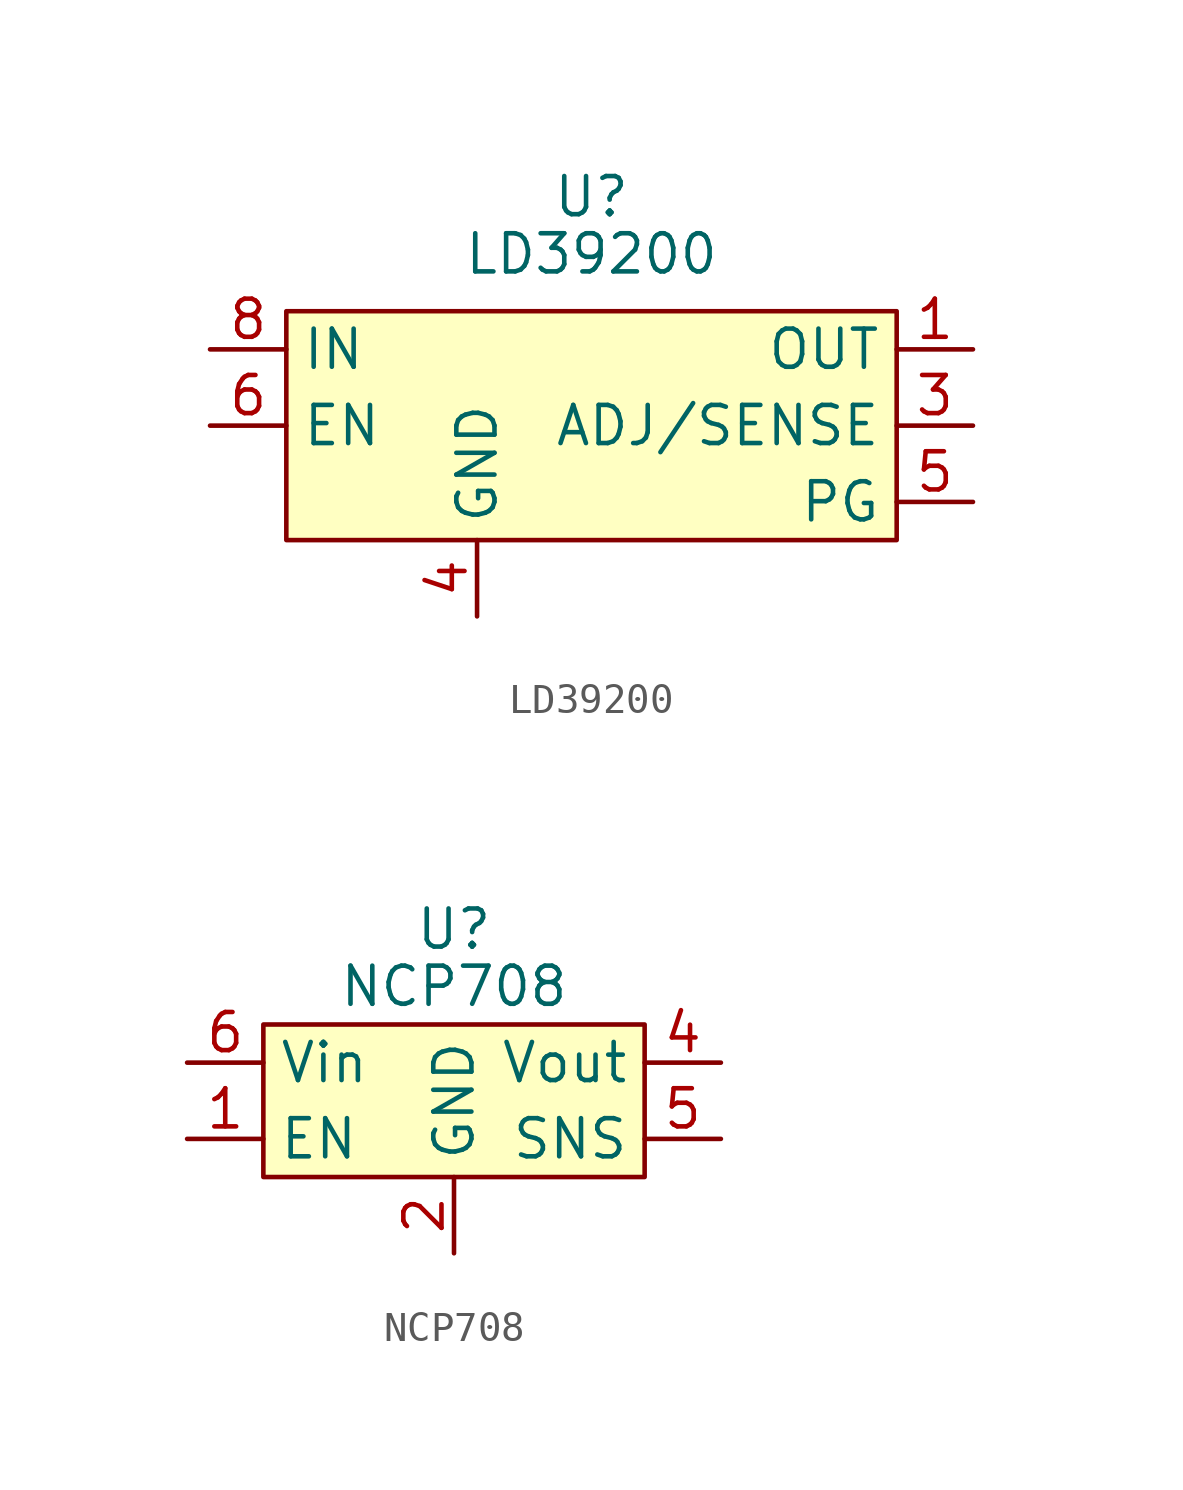
<source format=kicad_sym>
(kicad_symbol_lib
  (version 20220914)
  (generator kicad_symbol_editor)
  (symbol "LD39200"
    (property "Reference" "U"
      (at 0 5.08 0)
      (effects (font (size 1.27 1.27))))
    (property "Value" "LD39200"
      (at 0 3.175 0)
      (effects (font (size 1.27 1.27))))
    (symbol "LD39200_0_1"
      (rectangle (start -10.16 1.27) (end 10.16 -6.35) (stroke (width 0) (type default)) (fill (type background))))
    (symbol "LD39200_1_1"
      (pin power_out line (at 12.7 0 180) (length 2.54) (name "OUT" (effects (font (size 1.27 1.27)))) (number "1" (effects (font (size 1.27 1.27)))))
      (pin power_out line (at 12.7 0 180) (length 2.54) hide (name "OUT" (effects (font (size 1.27 1.27)))) (number "2" (effects (font (size 1.27 1.27)))))
      (pin input line (at 12.7 -2.54 180) (length 2.54) (name "ADJ/SENSE" (effects (font (size 1.27 1.27)))) (number "3" (effects (font (size 1.27 1.27)))))
      (pin power_in line (at -3.81 -8.89 90) (length 2.54) (name "GND" (effects (font (size 1.27 1.27)))) (number "4" (effects (font (size 1.27 1.27)))))
      (pin output line (at 12.7 -5.08 180) (length 2.54) (name "PG" (effects (font (size 1.27 1.27)))) (number "5" (effects (font (size 1.27 1.27)))))
      (pin input line (at -12.7 -2.54 0) (length 2.54) (name "EN" (effects (font (size 1.27 1.27)))) (number "6" (effects (font (size 1.27 1.27)))))
      (pin power_in line (at -12.7 0 0) (length 2.54) hide (name "IN" (effects (font (size 1.27 1.27)))) (number "7" (effects (font (size 1.27 1.27)))))
      (pin power_in line (at -12.7 0 0) (length 2.54) (name "IN" (effects (font (size 1.27 1.27)))) (number "8" (effects (font (size 1.27 1.27)))))
      (pin power_in line (at -3.81 -8.89 90) (length 2.54) hide (name "GND" (effects (font (size 1.27 1.27)))) (number "9" (effects (font (size 1.27 1.27)))))))
  (symbol "NCP708"
    (property "Reference" "U"
      (at 0 3.175 0)
      (effects (font (size 1.27 1.27))))
    (property "Value" "NCP708"
      (at 0 1.27 0)
      (effects (font (size 1.27 1.27))))
    (symbol "NCP708_0_1"
      (rectangle (start 6.35 -5.08) (end -6.35 0) (stroke (width 0) (type default)) (fill (type background))))
    (symbol "NCP708_1_1"
      (pin input line (at -8.89 -3.81 0) (length 2.54) (name "EN" (effects (font (size 1.27 1.27)))) (number "1" (effects (font (size 1.27 1.27)))))
      (pin power_in line (at 0 -7.62 90) (length 2.54) (name "GND" (effects (font (size 1.27 1.27)))) (number "2" (effects (font (size 1.27 1.27)))))
      (pin power_out line (at 8.89 -1.27 180) (length 2.54) (name "Vout" (effects (font (size 1.27 1.27)))) (number "4" (effects (font (size 1.27 1.27)))))
      (pin input line (at 8.89 -3.81 180) (length 2.54) (name "SNS" (effects (font (size 1.27 1.27)))) (number "5" (effects (font (size 1.27 1.27)))))
      (pin power_in line (at -8.89 -1.27 0) (length 2.54) (name "Vin" (effects (font (size 1.27 1.27)))) (number "6" (effects (font (size 1.27 1.27)))))
      (pin power_in line (at 0 -7.62 90) (length 2.54) hide (name "GND" (effects (font (size 1.27 1.27)))) (number "7" (effects (font (size 1.27 1.27))))))))
</source>
